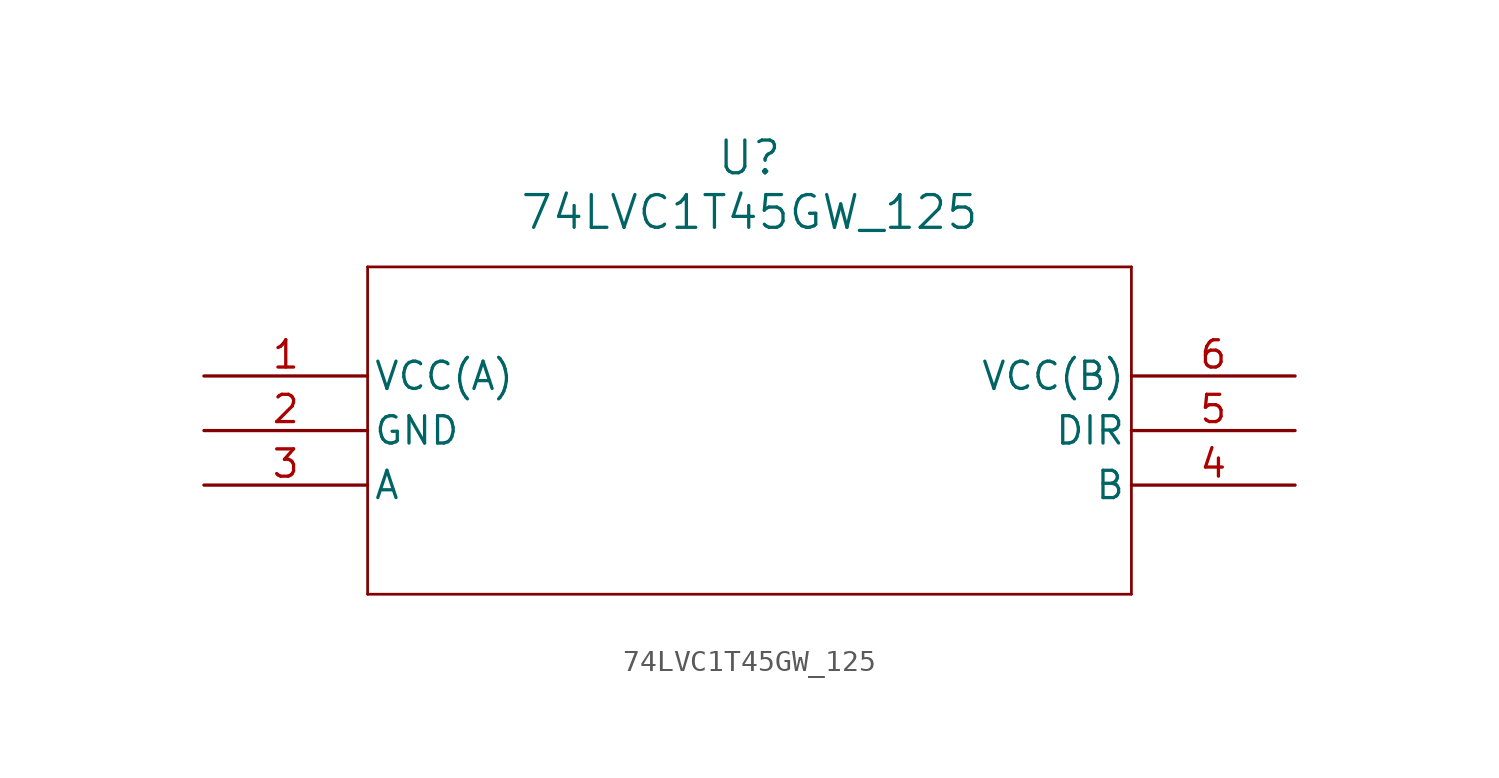
<source format=kicad_sym>
(kicad_symbol_lib
  (version 20211014)
  (generator kicad_symbol_editor)
  (symbol "74LVC1T45GW_125"
    (pin_names
      (offset 0.254))
    (property "Reference" "U"
      (at 25.4 10.16 0)
      (effects (font (size 1.524 1.524))))
    (property "Value" "74LVC1T45GW_125"
      (at 25.4 7.62 0)
      (effects (font (size 1.524 1.524))))
    (symbol "74LVC1T45GW_125_0_1"
      (polyline (pts (xy 7.62 5.08) (xy 7.62 -10.16)) (stroke (width 0.127) (type default) (color 0 0 0 0)) (fill (type none)))
      (polyline (pts (xy 7.62 -10.16) (xy 43.18 -10.16)) (stroke (width 0.127) (type default) (color 0 0 0 0)) (fill (type none)))
      (polyline (pts (xy 43.18 -10.16) (xy 43.18 5.08)) (stroke (width 0.127) (type default) (color 0 0 0 0)) (fill (type none)))
      (polyline (pts (xy 43.18 5.08) (xy 7.62 5.08)) (stroke (width 0.127) (type default) (color 0 0 0 0)) (fill (type none)))
      (pin power_in line (at 0 0 0) (length 7.62) (name "VCC(A)" (effects (font (size 1.27 1.27)))) (number "1" (effects (font (size 1.27 1.27)))))
      (pin power_out line (at 0 -2.54 0) (length 7.62) (name "GND" (effects (font (size 1.27 1.27)))) (number "2" (effects (font (size 1.27 1.27)))))
      (pin bidirectional line (at 0 -5.08 0) (length 7.62) (name "A" (effects (font (size 1.27 1.27)))) (number "3" (effects (font (size 1.27 1.27)))))
      (pin bidirectional line (at 50.8 -5.08 180) (length 7.62) (name "B" (effects (font (size 1.27 1.27)))) (number "4" (effects (font (size 1.27 1.27)))))
      (pin input line (at 50.8 -2.54 180) (length 7.62) (name "DIR" (effects (font (size 1.27 1.27)))) (number "5" (effects (font (size 1.27 1.27)))))
      (pin power_in line (at 50.8 0 180) (length 7.62) (name "VCC(B)" (effects (font (size 1.27 1.27)))) (number "6" (effects (font (size 1.27 1.27))))))))
</source>
